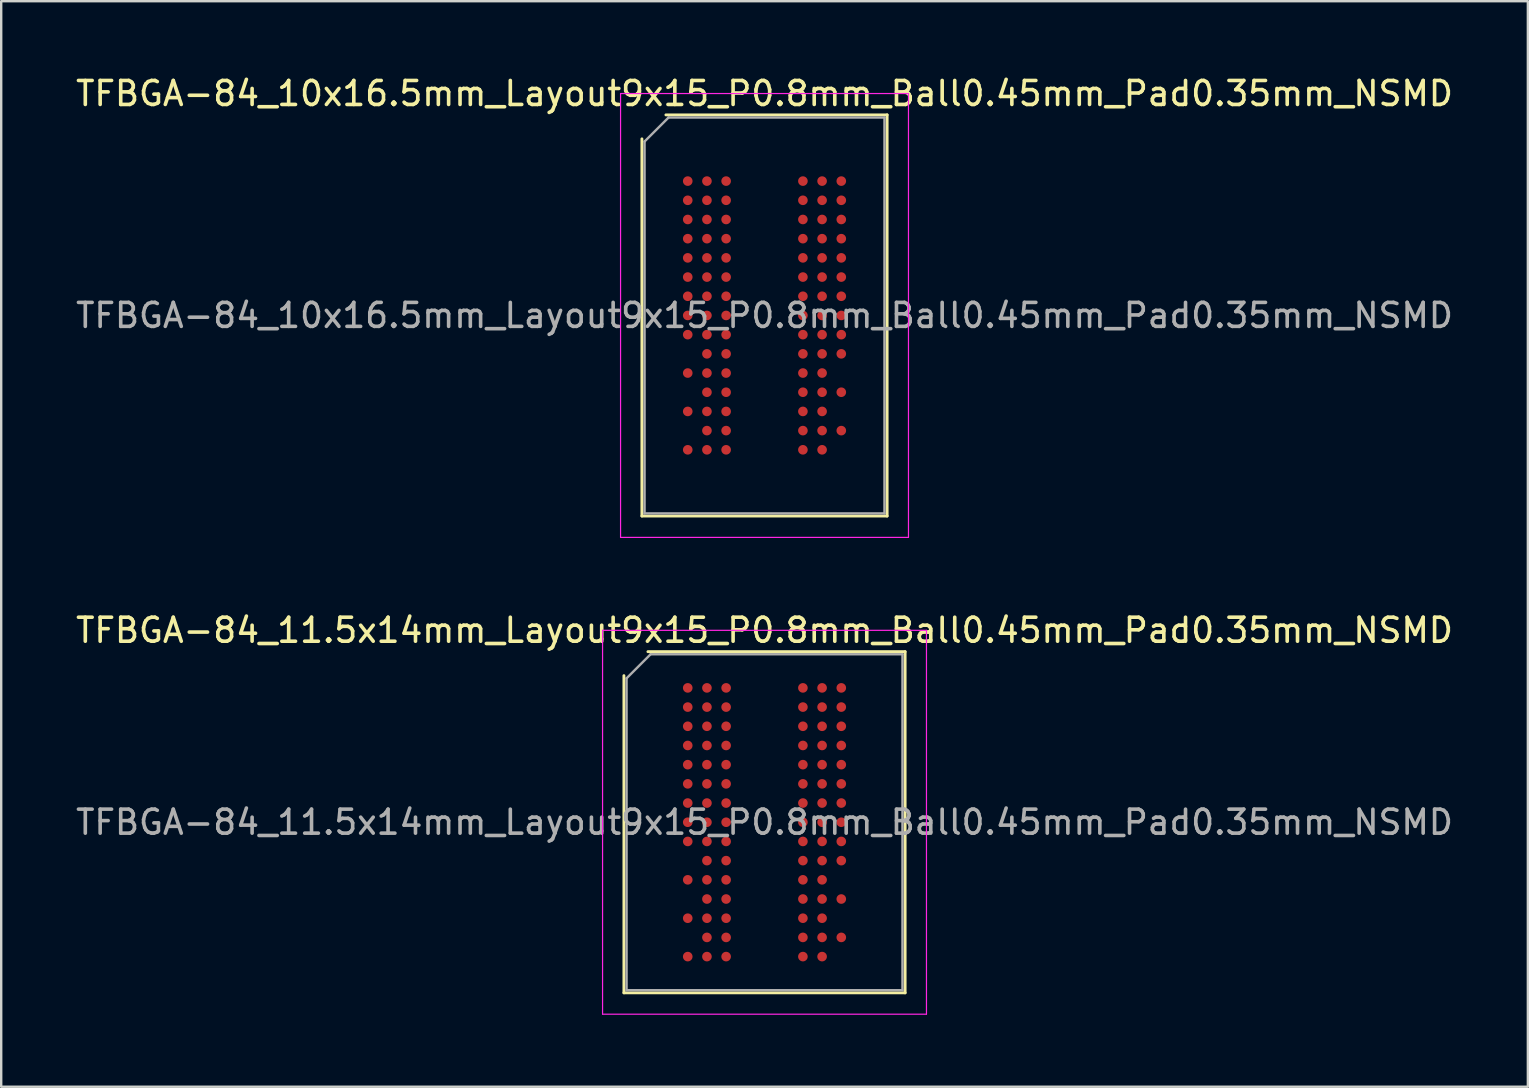
<source format=kicad_pcb>
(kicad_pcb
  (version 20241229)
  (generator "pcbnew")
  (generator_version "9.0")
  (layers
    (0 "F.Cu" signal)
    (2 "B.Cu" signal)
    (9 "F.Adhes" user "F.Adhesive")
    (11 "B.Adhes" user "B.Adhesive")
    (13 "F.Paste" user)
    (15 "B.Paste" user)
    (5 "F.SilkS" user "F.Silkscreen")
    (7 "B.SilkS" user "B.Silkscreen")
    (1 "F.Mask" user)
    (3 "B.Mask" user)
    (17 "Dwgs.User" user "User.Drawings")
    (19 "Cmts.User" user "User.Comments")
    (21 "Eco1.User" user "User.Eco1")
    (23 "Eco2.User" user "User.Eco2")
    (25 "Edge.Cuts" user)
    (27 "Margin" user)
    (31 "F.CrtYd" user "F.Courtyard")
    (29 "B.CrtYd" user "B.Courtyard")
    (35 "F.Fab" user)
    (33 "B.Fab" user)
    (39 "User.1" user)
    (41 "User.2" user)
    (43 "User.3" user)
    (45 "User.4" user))
  (footprint "TFBGA-84_10x16.5mm_Layout9x15_P0.8mm_Ball0.45mm_Pad0.35mm_NSMD"
    (layer "F.Cu")
    (at 28.815 10.098)
    (property "Reference" "TFBGA-84_10x16.5mm_Layout9x15_P0.8mm_Ball0.45mm_Pad0.35mm_NSMD" (at 0 -9.25 0) (layer "F.SilkS") (effects (font (size 1 1) (thickness 0.15))))
    (attr smd)
    (fp_line (start -5.11 8.36) (end -5.11 -7.36) (stroke (width 0.12) (type solid)) (layer "F.SilkS"))
    (fp_line (start -4.11 -8.36) (end 5.11 -8.36) (stroke (width 0.12) (type solid)) (layer "F.SilkS"))
    (fp_line (start 5.11 -8.36) (end 5.11 8.36) (stroke (width 0.12) (type solid)) (layer "F.SilkS"))
    (fp_line (start 5.11 8.36) (end -5.11 8.36) (stroke (width 0.12) (type solid)) (layer "F.SilkS"))
    (fp_line (start -6 -9.25) (end -6 9.25) (stroke (width 0.05) (type solid)) (layer "F.CrtYd"))
    (fp_line (start -6 9.25) (end 6 9.25) (stroke (width 0.05) (type solid)) (layer "F.CrtYd"))
    (fp_line (start 6 -9.25) (end -6 -9.25) (stroke (width 0.05) (type solid)) (layer "F.CrtYd"))
    (fp_line (start 6 9.25) (end 6 -9.25) (stroke (width 0.05) (type solid)) (layer "F.CrtYd"))
    (fp_line (start -5 -7.25) (end -4 -8.25) (stroke (width 0.1) (type solid)) (layer "F.Fab"))
    (fp_line (start -5 8.25) (end -5 -7.25) (stroke (width 0.1) (type solid)) (layer "F.Fab"))
    (fp_line (start -4 -8.25) (end 5 -8.25) (stroke (width 0.1) (type solid)) (layer "F.Fab"))
    (fp_line (start 5 -8.25) (end 5 8.25) (stroke (width 0.1) (type solid)) (layer "F.Fab"))
    (fp_line (start 5 8.25) (end -5 8.25) (stroke (width 0.1) (type solid)) (layer "F.Fab"))
    (fp_text user "${REFERENCE}" (at 0 0 0) (layer "F.Fab") (effects (font (size 1 1) (thickness 0.15))))
    (pad "A1" smd circle (at -3.2 -5.6) (size 0.4 0.4) (layers "F.Cu" "F.Mask" "F.Paste"))
    (pad "A2" smd circle (at -2.4 -5.6) (size 0.4 0.4) (layers "F.Cu" "F.Mask" "F.Paste"))
    (pad "A3" smd circle (at -1.6 -5.6) (size 0.4 0.4) (layers "F.Cu" "F.Mask" "F.Paste"))
    (pad "A7" smd circle (at 1.6 -5.6) (size 0.4 0.4) (layers "F.Cu" "F.Mask" "F.Paste"))
    (pad "A8" smd circle (at 2.4 -5.6) (size 0.4 0.4) (layers "F.Cu" "F.Mask" "F.Paste"))
    (pad "A9" smd circle (at 3.2 -5.6) (size 0.4 0.4) (layers "F.Cu" "F.Mask" "F.Paste"))
    (pad "B1" smd circle (at -3.2 -4.8) (size 0.4 0.4) (layers "F.Cu" "F.Mask" "F.Paste"))
    (pad "B2" smd circle (at -2.4 -4.8) (size 0.4 0.4) (layers "F.Cu" "F.Mask" "F.Paste"))
    (pad "B3" smd circle (at -1.6 -4.8) (size 0.4 0.4) (layers "F.Cu" "F.Mask" "F.Paste"))
    (pad "B7" smd circle (at 1.6 -4.8) (size 0.4 0.4) (layers "F.Cu" "F.Mask" "F.Paste"))
    (pad "B8" smd circle (at 2.4 -4.8) (size 0.4 0.4) (layers "F.Cu" "F.Mask" "F.Paste"))
    (pad "B9" smd circle (at 3.2 -4.8) (size 0.4 0.4) (layers "F.Cu" "F.Mask" "F.Paste"))
    (pad "C1" smd circle (at -3.2 -4) (size 0.4 0.4) (layers "F.Cu" "F.Mask" "F.Paste"))
    (pad "C2" smd circle (at -2.4 -4) (size 0.4 0.4) (layers "F.Cu" "F.Mask" "F.Paste"))
    (pad "C3" smd circle (at -1.6 -4) (size 0.4 0.4) (layers "F.Cu" "F.Mask" "F.Paste"))
    (pad "C7" smd circle (at 1.6 -4) (size 0.4 0.4) (layers "F.Cu" "F.Mask" "F.Paste"))
    (pad "C8" smd circle (at 2.4 -4) (size 0.4 0.4) (layers "F.Cu" "F.Mask" "F.Paste"))
    (pad "C9" smd circle (at 3.2 -4) (size 0.4 0.4) (layers "F.Cu" "F.Mask" "F.Paste"))
    (pad "D1" smd circle (at -3.2 -3.2) (size 0.4 0.4) (layers "F.Cu" "F.Mask" "F.Paste"))
    (pad "D2" smd circle (at -2.4 -3.2) (size 0.4 0.4) (layers "F.Cu" "F.Mask" "F.Paste"))
    (pad "D3" smd circle (at -1.6 -3.2) (size 0.4 0.4) (layers "F.Cu" "F.Mask" "F.Paste"))
    (pad "D7" smd circle (at 1.6 -3.2) (size 0.4 0.4) (layers "F.Cu" "F.Mask" "F.Paste"))
    (pad "D8" smd circle (at 2.4 -3.2) (size 0.4 0.4) (layers "F.Cu" "F.Mask" "F.Paste"))
    (pad "D9" smd circle (at 3.2 -3.2) (size 0.4 0.4) (layers "F.Cu" "F.Mask" "F.Paste"))
    (pad "E1" smd circle (at -3.2 -2.4) (size 0.4 0.4) (layers "F.Cu" "F.Mask" "F.Paste"))
    (pad "E2" smd circle (at -2.4 -2.4) (size 0.4 0.4) (layers "F.Cu" "F.Mask" "F.Paste"))
    (pad "E3" smd circle (at -1.6 -2.4) (size 0.4 0.4) (layers "F.Cu" "F.Mask" "F.Paste"))
    (pad "E7" smd circle (at 1.6 -2.4) (size 0.4 0.4) (layers "F.Cu" "F.Mask" "F.Paste"))
    (pad "E8" smd circle (at 2.4 -2.4) (size 0.4 0.4) (layers "F.Cu" "F.Mask" "F.Paste"))
    (pad "E9" smd circle (at 3.2 -2.4) (size 0.4 0.4) (layers "F.Cu" "F.Mask" "F.Paste"))
    (pad "F1" smd circle (at -3.2 -1.6) (size 0.4 0.4) (layers "F.Cu" "F.Mask" "F.Paste"))
    (pad "F2" smd circle (at -2.4 -1.6) (size 0.4 0.4) (layers "F.Cu" "F.Mask" "F.Paste"))
    (pad "F3" smd circle (at -1.6 -1.6) (size 0.4 0.4) (layers "F.Cu" "F.Mask" "F.Paste"))
    (pad "F7" smd circle (at 1.6 -1.6) (size 0.4 0.4) (layers "F.Cu" "F.Mask" "F.Paste"))
    (pad "F8" smd circle (at 2.4 -1.6) (size 0.4 0.4) (layers "F.Cu" "F.Mask" "F.Paste"))
    (pad "F9" smd circle (at 3.2 -1.6) (size 0.4 0.4) (layers "F.Cu" "F.Mask" "F.Paste"))
    (pad "G1" smd circle (at -3.2 -0.8) (size 0.4 0.4) (layers "F.Cu" "F.Mask" "F.Paste"))
    (pad "G2" smd circle (at -2.4 -0.8) (size 0.4 0.4) (layers "F.Cu" "F.Mask" "F.Paste"))
    (pad "G3" smd circle (at -1.6 -0.8) (size 0.4 0.4) (layers "F.Cu" "F.Mask" "F.Paste"))
    (pad "G7" smd circle (at 1.6 -0.8) (size 0.4 0.4) (layers "F.Cu" "F.Mask" "F.Paste"))
    (pad "G8" smd circle (at 2.4 -0.8) (size 0.4 0.4) (layers "F.Cu" "F.Mask" "F.Paste"))
    (pad "G9" smd circle (at 3.2 -0.8) (size 0.4 0.4) (layers "F.Cu" "F.Mask" "F.Paste"))
    (pad "H1" smd circle (at -3.2 0) (size 0.4 0.4) (layers "F.Cu" "F.Mask" "F.Paste"))
    (pad "H2" smd circle (at -2.4 0) (size 0.4 0.4) (layers "F.Cu" "F.Mask" "F.Paste"))
    (pad "H3" smd circle (at -1.6 0) (size 0.4 0.4) (layers "F.Cu" "F.Mask" "F.Paste"))
    (pad "H7" smd circle (at 1.6 0) (size 0.4 0.4) (layers "F.Cu" "F.Mask" "F.Paste"))
    (pad "H8" smd circle (at 2.4 0) (size 0.4 0.4) (layers "F.Cu" "F.Mask" "F.Paste"))
    (pad "H9" smd circle (at 3.2 0) (size 0.4 0.4) (layers "F.Cu" "F.Mask" "F.Paste"))
    (pad "J1" smd circle (at -3.2 0.8) (size 0.4 0.4) (layers "F.Cu" "F.Mask" "F.Paste"))
    (pad "J2" smd circle (at -2.4 0.8) (size 0.4 0.4) (layers "F.Cu" "F.Mask" "F.Paste"))
    (pad "J3" smd circle (at -1.6 0.8) (size 0.4 0.4) (layers "F.Cu" "F.Mask" "F.Paste"))
    (pad "J7" smd circle (at 1.6 0.8) (size 0.4 0.4) (layers "F.Cu" "F.Mask" "F.Paste"))
    (pad "J8" smd circle (at 2.4 0.8) (size 0.4 0.4) (layers "F.Cu" "F.Mask" "F.Paste"))
    (pad "J9" smd circle (at 3.2 0.8) (size 0.4 0.4) (layers "F.Cu" "F.Mask" "F.Paste"))
    (pad "K2" smd circle (at -2.4 1.6) (size 0.4 0.4) (layers "F.Cu" "F.Mask" "F.Paste"))
    (pad "K3" smd circle (at -1.6 1.6) (size 0.4 0.4) (layers "F.Cu" "F.Mask" "F.Paste"))
    (pad "K7" smd circle (at 1.6 1.6) (size 0.4 0.4) (layers "F.Cu" "F.Mask" "F.Paste"))
    (pad "K8" smd circle (at 2.4 1.6) (size 0.4 0.4) (layers "F.Cu" "F.Mask" "F.Paste"))
    (pad "K9" smd circle (at 3.2 1.6) (size 0.4 0.4) (layers "F.Cu" "F.Mask" "F.Paste"))
    (pad "L1" smd circle (at -3.2 2.4) (size 0.4 0.4) (layers "F.Cu" "F.Mask" "F.Paste"))
    (pad "L2" smd circle (at -2.4 2.4) (size 0.4 0.4) (layers "F.Cu" "F.Mask" "F.Paste"))
    (pad "L3" smd circle (at -1.6 2.4) (size 0.4 0.4) (layers "F.Cu" "F.Mask" "F.Paste"))
    (pad "L7" smd circle (at 1.6 2.4) (size 0.4 0.4) (layers "F.Cu" "F.Mask" "F.Paste"))
    (pad "L8" smd circle (at 2.4 2.4) (size 0.4 0.4) (layers "F.Cu" "F.Mask" "F.Paste"))
    (pad "M2" smd circle (at -2.4 3.2) (size 0.4 0.4) (layers "F.Cu" "F.Mask" "F.Paste"))
    (pad "M3" smd circle (at -1.6 3.2) (size 0.4 0.4) (layers "F.Cu" "F.Mask" "F.Paste"))
    (pad "M7" smd circle (at 1.6 3.2) (size 0.4 0.4) (layers "F.Cu" "F.Mask" "F.Paste"))
    (pad "M8" smd circle (at 2.4 3.2) (size 0.4 0.4) (layers "F.Cu" "F.Mask" "F.Paste"))
    (pad "M9" smd circle (at 3.2 3.2) (size 0.4 0.4) (layers "F.Cu" "F.Mask" "F.Paste"))
    (pad "N1" smd circle (at -3.2 4) (size 0.4 0.4) (layers "F.Cu" "F.Mask" "F.Paste"))
    (pad "N2" smd circle (at -2.4 4) (size 0.4 0.4) (layers "F.Cu" "F.Mask" "F.Paste"))
    (pad "N3" smd circle (at -1.6 4) (size 0.4 0.4) (layers "F.Cu" "F.Mask" "F.Paste"))
    (pad "N7" smd circle (at 1.6 4) (size 0.4 0.4) (layers "F.Cu" "F.Mask" "F.Paste"))
    (pad "N8" smd circle (at 2.4 4) (size 0.4 0.4) (layers "F.Cu" "F.Mask" "F.Paste"))
    (pad "P2" smd circle (at -2.4 4.8) (size 0.4 0.4) (layers "F.Cu" "F.Mask" "F.Paste"))
    (pad "P3" smd circle (at -1.6 4.8) (size 0.4 0.4) (layers "F.Cu" "F.Mask" "F.Paste"))
    (pad "P7" smd circle (at 1.6 4.8) (size 0.4 0.4) (layers "F.Cu" "F.Mask" "F.Paste"))
    (pad "P8" smd circle (at 2.4 4.8) (size 0.4 0.4) (layers "F.Cu" "F.Mask" "F.Paste"))
    (pad "P9" smd circle (at 3.2 4.8) (size 0.4 0.4) (layers "F.Cu" "F.Mask" "F.Paste"))
    (pad "R1" smd circle (at -3.2 5.6) (size 0.4 0.4) (layers "F.Cu" "F.Mask" "F.Paste"))
    (pad "R2" smd circle (at -2.4 5.6) (size 0.4 0.4) (layers "F.Cu" "F.Mask" "F.Paste"))
    (pad "R3" smd circle (at -1.6 5.6) (size 0.4 0.4) (layers "F.Cu" "F.Mask" "F.Paste"))
    (pad "R7" smd circle (at 1.6 5.6) (size 0.4 0.4) (layers "F.Cu" "F.Mask" "F.Paste"))
    (pad "R8" smd circle (at 2.4 5.6) (size 0.4 0.4) (layers "F.Cu" "F.Mask" "F.Paste")))
  (footprint "TFBGA-84_11.5x14mm_Layout9x15_P0.8mm_Ball0.45mm_Pad0.35mm_NSMD"
    (layer "F.Cu")
    (at 28.815 31.221)
    (property "Reference" "TFBGA-84_11.5x14mm_Layout9x15_P0.8mm_Ball0.45mm_Pad0.35mm_NSMD" (at 0 -8 0) (layer "F.SilkS") (effects (font (size 1 1) (thickness 0.15))))
    (attr smd)
    (fp_line (start -5.86 7.11) (end -5.86 -6.11) (stroke (width 0.12) (type solid)) (layer "F.SilkS"))
    (fp_line (start -4.86 -7.11) (end 5.86 -7.11) (stroke (width 0.12) (type solid)) (layer "F.SilkS"))
    (fp_line (start 5.86 -7.11) (end 5.86 7.11) (stroke (width 0.12) (type solid)) (layer "F.SilkS"))
    (fp_line (start 5.86 7.11) (end -5.86 7.11) (stroke (width 0.12) (type solid)) (layer "F.SilkS"))
    (fp_line (start -6.75 -8) (end -6.75 8) (stroke (width 0.05) (type solid)) (layer "F.CrtYd"))
    (fp_line (start -6.75 8) (end 6.75 8) (stroke (width 0.05) (type solid)) (layer "F.CrtYd"))
    (fp_line (start 6.75 -8) (end -6.75 -8) (stroke (width 0.05) (type solid)) (layer "F.CrtYd"))
    (fp_line (start 6.75 8) (end 6.75 -8) (stroke (width 0.05) (type solid)) (layer "F.CrtYd"))
    (fp_line (start -5.75 -6) (end -4.75 -7) (stroke (width 0.1) (type solid)) (layer "F.Fab"))
    (fp_line (start -5.75 7) (end -5.75 -6) (stroke (width 0.1) (type solid)) (layer "F.Fab"))
    (fp_line (start -4.75 -7) (end 5.75 -7) (stroke (width 0.1) (type solid)) (layer "F.Fab"))
    (fp_line (start 5.75 -7) (end 5.75 7) (stroke (width 0.1) (type solid)) (layer "F.Fab"))
    (fp_line (start 5.75 7) (end -5.75 7) (stroke (width 0.1) (type solid)) (layer "F.Fab"))
    (fp_text user "${REFERENCE}" (at 0 0 0) (layer "F.Fab") (effects (font (size 1 1) (thickness 0.15))))
    (pad "A1" smd circle (at -3.2 -5.6) (size 0.4 0.4) (layers "F.Cu" "F.Mask" "F.Paste"))
    (pad "A2" smd circle (at -2.4 -5.6) (size 0.4 0.4) (layers "F.Cu" "F.Mask" "F.Paste"))
    (pad "A3" smd circle (at -1.6 -5.6) (size 0.4 0.4) (layers "F.Cu" "F.Mask" "F.Paste"))
    (pad "A7" smd circle (at 1.6 -5.6) (size 0.4 0.4) (layers "F.Cu" "F.Mask" "F.Paste"))
    (pad "A8" smd circle (at 2.4 -5.6) (size 0.4 0.4) (layers "F.Cu" "F.Mask" "F.Paste"))
    (pad "A9" smd circle (at 3.2 -5.6) (size 0.4 0.4) (layers "F.Cu" "F.Mask" "F.Paste"))
    (pad "B1" smd circle (at -3.2 -4.8) (size 0.4 0.4) (layers "F.Cu" "F.Mask" "F.Paste"))
    (pad "B2" smd circle (at -2.4 -4.8) (size 0.4 0.4) (layers "F.Cu" "F.Mask" "F.Paste"))
    (pad "B3" smd circle (at -1.6 -4.8) (size 0.4 0.4) (layers "F.Cu" "F.Mask" "F.Paste"))
    (pad "B7" smd circle (at 1.6 -4.8) (size 0.4 0.4) (layers "F.Cu" "F.Mask" "F.Paste"))
    (pad "B8" smd circle (at 2.4 -4.8) (size 0.4 0.4) (layers "F.Cu" "F.Mask" "F.Paste"))
    (pad "B9" smd circle (at 3.2 -4.8) (size 0.4 0.4) (layers "F.Cu" "F.Mask" "F.Paste"))
    (pad "C1" smd circle (at -3.2 -4) (size 0.4 0.4) (layers "F.Cu" "F.Mask" "F.Paste"))
    (pad "C2" smd circle (at -2.4 -4) (size 0.4 0.4) (layers "F.Cu" "F.Mask" "F.Paste"))
    (pad "C3" smd circle (at -1.6 -4) (size 0.4 0.4) (layers "F.Cu" "F.Mask" "F.Paste"))
    (pad "C7" smd circle (at 1.6 -4) (size 0.4 0.4) (layers "F.Cu" "F.Mask" "F.Paste"))
    (pad "C8" smd circle (at 2.4 -4) (size 0.4 0.4) (layers "F.Cu" "F.Mask" "F.Paste"))
    (pad "C9" smd circle (at 3.2 -4) (size 0.4 0.4) (layers "F.Cu" "F.Mask" "F.Paste"))
    (pad "D1" smd circle (at -3.2 -3.2) (size 0.4 0.4) (layers "F.Cu" "F.Mask" "F.Paste"))
    (pad "D2" smd circle (at -2.4 -3.2) (size 0.4 0.4) (layers "F.Cu" "F.Mask" "F.Paste"))
    (pad "D3" smd circle (at -1.6 -3.2) (size 0.4 0.4) (layers "F.Cu" "F.Mask" "F.Paste"))
    (pad "D7" smd circle (at 1.6 -3.2) (size 0.4 0.4) (layers "F.Cu" "F.Mask" "F.Paste"))
    (pad "D8" smd circle (at 2.4 -3.2) (size 0.4 0.4) (layers "F.Cu" "F.Mask" "F.Paste"))
    (pad "D9" smd circle (at 3.2 -3.2) (size 0.4 0.4) (layers "F.Cu" "F.Mask" "F.Paste"))
    (pad "E1" smd circle (at -3.2 -2.4) (size 0.4 0.4) (layers "F.Cu" "F.Mask" "F.Paste"))
    (pad "E2" smd circle (at -2.4 -2.4) (size 0.4 0.4) (layers "F.Cu" "F.Mask" "F.Paste"))
    (pad "E3" smd circle (at -1.6 -2.4) (size 0.4 0.4) (layers "F.Cu" "F.Mask" "F.Paste"))
    (pad "E7" smd circle (at 1.6 -2.4) (size 0.4 0.4) (layers "F.Cu" "F.Mask" "F.Paste"))
    (pad "E8" smd circle (at 2.4 -2.4) (size 0.4 0.4) (layers "F.Cu" "F.Mask" "F.Paste"))
    (pad "E9" smd circle (at 3.2 -2.4) (size 0.4 0.4) (layers "F.Cu" "F.Mask" "F.Paste"))
    (pad "F1" smd circle (at -3.2 -1.6) (size 0.4 0.4) (layers "F.Cu" "F.Mask" "F.Paste"))
    (pad "F2" smd circle (at -2.4 -1.6) (size 0.4 0.4) (layers "F.Cu" "F.Mask" "F.Paste"))
    (pad "F3" smd circle (at -1.6 -1.6) (size 0.4 0.4) (layers "F.Cu" "F.Mask" "F.Paste"))
    (pad "F7" smd circle (at 1.6 -1.6) (size 0.4 0.4) (layers "F.Cu" "F.Mask" "F.Paste"))
    (pad "F8" smd circle (at 2.4 -1.6) (size 0.4 0.4) (layers "F.Cu" "F.Mask" "F.Paste"))
    (pad "F9" smd circle (at 3.2 -1.6) (size 0.4 0.4) (layers "F.Cu" "F.Mask" "F.Paste"))
    (pad "G1" smd circle (at -3.2 -0.8) (size 0.4 0.4) (layers "F.Cu" "F.Mask" "F.Paste"))
    (pad "G2" smd circle (at -2.4 -0.8) (size 0.4 0.4) (layers "F.Cu" "F.Mask" "F.Paste"))
    (pad "G3" smd circle (at -1.6 -0.8) (size 0.4 0.4) (layers "F.Cu" "F.Mask" "F.Paste"))
    (pad "G7" smd circle (at 1.6 -0.8) (size 0.4 0.4) (layers "F.Cu" "F.Mask" "F.Paste"))
    (pad "G8" smd circle (at 2.4 -0.8) (size 0.4 0.4) (layers "F.Cu" "F.Mask" "F.Paste"))
    (pad "G9" smd circle (at 3.2 -0.8) (size 0.4 0.4) (layers "F.Cu" "F.Mask" "F.Paste"))
    (pad "H1" smd circle (at -3.2 0) (size 0.4 0.4) (layers "F.Cu" "F.Mask" "F.Paste"))
    (pad "H2" smd circle (at -2.4 0) (size 0.4 0.4) (layers "F.Cu" "F.Mask" "F.Paste"))
    (pad "H3" smd circle (at -1.6 0) (size 0.4 0.4) (layers "F.Cu" "F.Mask" "F.Paste"))
    (pad "H7" smd circle (at 1.6 0) (size 0.4 0.4) (layers "F.Cu" "F.Mask" "F.Paste"))
    (pad "H8" smd circle (at 2.4 0) (size 0.4 0.4) (layers "F.Cu" "F.Mask" "F.Paste"))
    (pad "H9" smd circle (at 3.2 0) (size 0.4 0.4) (layers "F.Cu" "F.Mask" "F.Paste"))
    (pad "J1" smd circle (at -3.2 0.8) (size 0.4 0.4) (layers "F.Cu" "F.Mask" "F.Paste"))
    (pad "J2" smd circle (at -2.4 0.8) (size 0.4 0.4) (layers "F.Cu" "F.Mask" "F.Paste"))
    (pad "J3" smd circle (at -1.6 0.8) (size 0.4 0.4) (layers "F.Cu" "F.Mask" "F.Paste"))
    (pad "J7" smd circle (at 1.6 0.8) (size 0.4 0.4) (layers "F.Cu" "F.Mask" "F.Paste"))
    (pad "J8" smd circle (at 2.4 0.8) (size 0.4 0.4) (layers "F.Cu" "F.Mask" "F.Paste"))
    (pad "J9" smd circle (at 3.2 0.8) (size 0.4 0.4) (layers "F.Cu" "F.Mask" "F.Paste"))
    (pad "K2" smd circle (at -2.4 1.6) (size 0.4 0.4) (layers "F.Cu" "F.Mask" "F.Paste"))
    (pad "K3" smd circle (at -1.6 1.6) (size 0.4 0.4) (layers "F.Cu" "F.Mask" "F.Paste"))
    (pad "K7" smd circle (at 1.6 1.6) (size 0.4 0.4) (layers "F.Cu" "F.Mask" "F.Paste"))
    (pad "K8" smd circle (at 2.4 1.6) (size 0.4 0.4) (layers "F.Cu" "F.Mask" "F.Paste"))
    (pad "K9" smd circle (at 3.2 1.6) (size 0.4 0.4) (layers "F.Cu" "F.Mask" "F.Paste"))
    (pad "L1" smd circle (at -3.2 2.4) (size 0.4 0.4) (layers "F.Cu" "F.Mask" "F.Paste"))
    (pad "L2" smd circle (at -2.4 2.4) (size 0.4 0.4) (layers "F.Cu" "F.Mask" "F.Paste"))
    (pad "L3" smd circle (at -1.6 2.4) (size 0.4 0.4) (layers "F.Cu" "F.Mask" "F.Paste"))
    (pad "L7" smd circle (at 1.6 2.4) (size 0.4 0.4) (layers "F.Cu" "F.Mask" "F.Paste"))
    (pad "L8" smd circle (at 2.4 2.4) (size 0.4 0.4) (layers "F.Cu" "F.Mask" "F.Paste"))
    (pad "M2" smd circle (at -2.4 3.2) (size 0.4 0.4) (layers "F.Cu" "F.Mask" "F.Paste"))
    (pad "M3" smd circle (at -1.6 3.2) (size 0.4 0.4) (layers "F.Cu" "F.Mask" "F.Paste"))
    (pad "M7" smd circle (at 1.6 3.2) (size 0.4 0.4) (layers "F.Cu" "F.Mask" "F.Paste"))
    (pad "M8" smd circle (at 2.4 3.2) (size 0.4 0.4) (layers "F.Cu" "F.Mask" "F.Paste"))
    (pad "M9" smd circle (at 3.2 3.2) (size 0.4 0.4) (layers "F.Cu" "F.Mask" "F.Paste"))
    (pad "N1" smd circle (at -3.2 4) (size 0.4 0.4) (layers "F.Cu" "F.Mask" "F.Paste"))
    (pad "N2" smd circle (at -2.4 4) (size 0.4 0.4) (layers "F.Cu" "F.Mask" "F.Paste"))
    (pad "N3" smd circle (at -1.6 4) (size 0.4 0.4) (layers "F.Cu" "F.Mask" "F.Paste"))
    (pad "N7" smd circle (at 1.6 4) (size 0.4 0.4) (layers "F.Cu" "F.Mask" "F.Paste"))
    (pad "N8" smd circle (at 2.4 4) (size 0.4 0.4) (layers "F.Cu" "F.Mask" "F.Paste"))
    (pad "P2" smd circle (at -2.4 4.8) (size 0.4 0.4) (layers "F.Cu" "F.Mask" "F.Paste"))
    (pad "P3" smd circle (at -1.6 4.8) (size 0.4 0.4) (layers "F.Cu" "F.Mask" "F.Paste"))
    (pad "P7" smd circle (at 1.6 4.8) (size 0.4 0.4) (layers "F.Cu" "F.Mask" "F.Paste"))
    (pad "P8" smd circle (at 2.4 4.8) (size 0.4 0.4) (layers "F.Cu" "F.Mask" "F.Paste"))
    (pad "P9" smd circle (at 3.2 4.8) (size 0.4 0.4) (layers "F.Cu" "F.Mask" "F.Paste"))
    (pad "R1" smd circle (at -3.2 5.6) (size 0.4 0.4) (layers "F.Cu" "F.Mask" "F.Paste"))
    (pad "R2" smd circle (at -2.4 5.6) (size 0.4 0.4) (layers "F.Cu" "F.Mask" "F.Paste"))
    (pad "R3" smd circle (at -1.6 5.6) (size 0.4 0.4) (layers "F.Cu" "F.Mask" "F.Paste"))
    (pad "R7" smd circle (at 1.6 5.6) (size 0.4 0.4) (layers "F.Cu" "F.Mask" "F.Paste"))
    (pad "R8" smd circle (at 2.4 5.6) (size 0.4 0.4) (layers "F.Cu" "F.Mask" "F.Paste")))
  (gr_rect
    (start -3 -3)
    (end 60.631 42.246)
    (stroke (width 0.1) (type default))
    (fill no)
    (layer "Edge.Cuts")))
</source>
